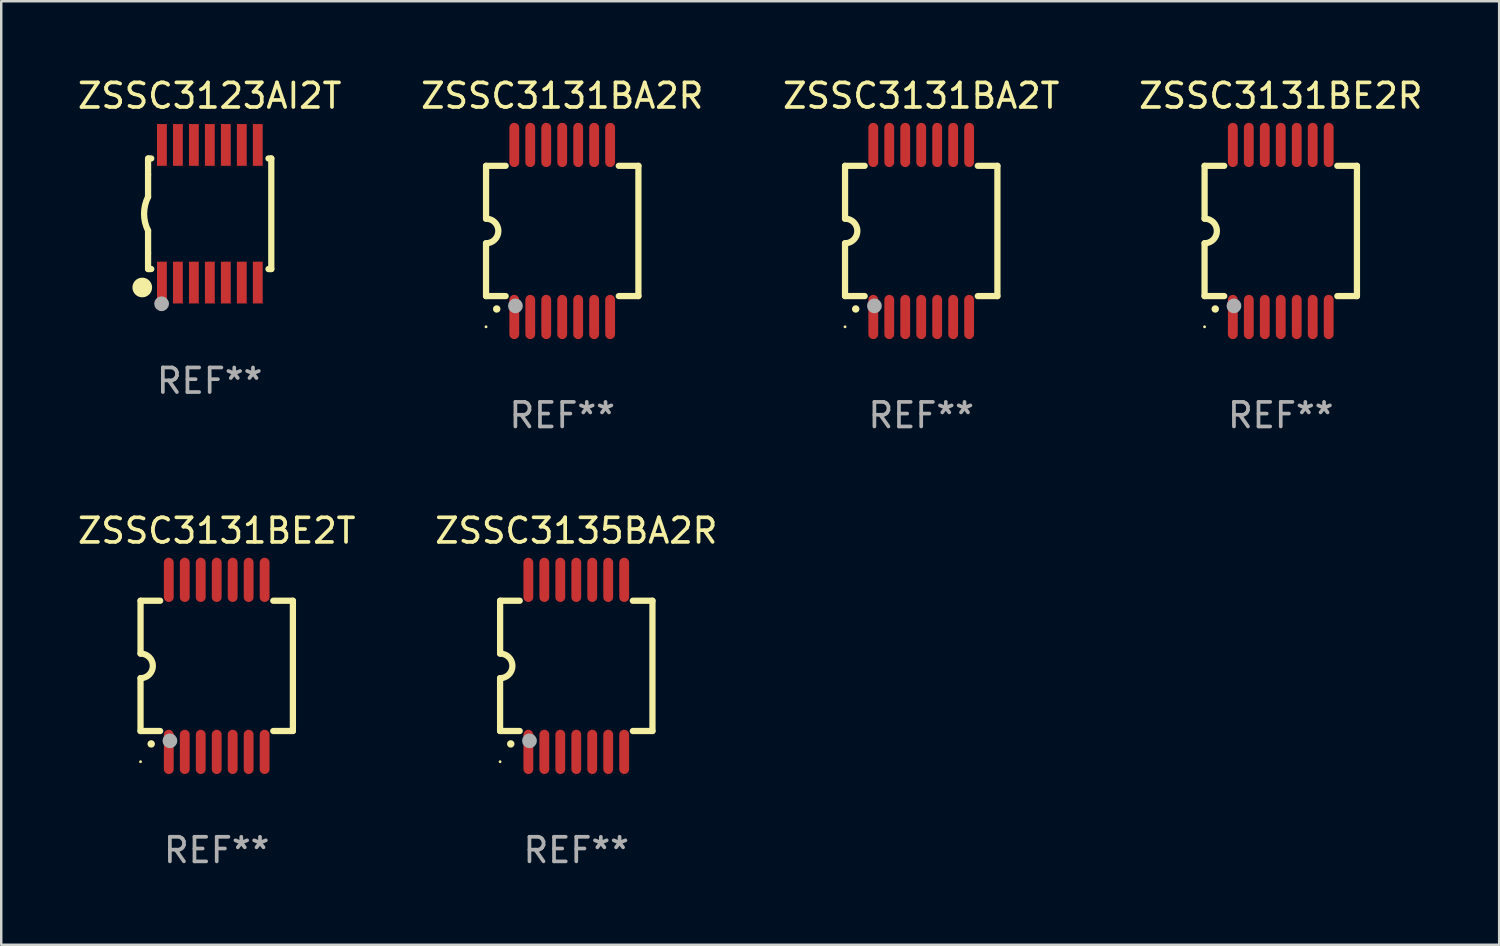
<source format=kicad_pcb>
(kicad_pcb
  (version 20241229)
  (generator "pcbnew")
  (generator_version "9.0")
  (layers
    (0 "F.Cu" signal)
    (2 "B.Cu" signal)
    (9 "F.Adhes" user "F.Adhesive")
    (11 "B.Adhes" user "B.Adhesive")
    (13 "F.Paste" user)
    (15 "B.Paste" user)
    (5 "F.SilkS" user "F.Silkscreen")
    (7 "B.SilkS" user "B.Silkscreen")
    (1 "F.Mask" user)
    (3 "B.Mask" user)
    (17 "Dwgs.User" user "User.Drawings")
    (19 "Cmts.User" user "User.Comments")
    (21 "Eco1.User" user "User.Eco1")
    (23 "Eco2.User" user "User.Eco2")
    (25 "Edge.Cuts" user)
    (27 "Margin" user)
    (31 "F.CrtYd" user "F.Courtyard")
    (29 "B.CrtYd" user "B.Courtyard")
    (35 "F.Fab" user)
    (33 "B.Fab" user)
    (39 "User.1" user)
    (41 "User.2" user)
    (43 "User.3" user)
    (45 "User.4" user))
  (footprint "ZSSC3131BA2T"
    (layer "F.Cu")
    (at 34.435 6.348)
    (property "Reference" "ZSSC3131BA2T" (at 0 -5.5 0) (layer "F.SilkS") (effects (font (size 1 1) (thickness 0.15))))
    (attr through_hole)
    (fp_line (start -3.1 2.65) (end -3.1 0.5) (stroke (width 0.254) (type solid)) (layer "F.SilkS"))
    (fp_line (start -3.099 -2.65) (end -2.301 -2.65) (stroke (width 0.254) (type solid)) (layer "F.SilkS"))
    (fp_line (start -3.099 -0.5) (end -3.099 -2.65) (stroke (width 0.254) (type solid)) (layer "F.SilkS"))
    (fp_line (start -2.301 2.65) (end -3.1 2.65) (stroke (width 0.254) (type solid)) (layer "F.SilkS"))
    (fp_line (start 2.301 -2.65) (end 3.1 -2.65) (stroke (width 0.254) (type solid)) (layer "F.SilkS"))
    (fp_line (start 3.1 -2.65) (end 3.1 2.65) (stroke (width 0.254) (type solid)) (layer "F.SilkS"))
    (fp_line (start 3.1 2.65) (end 2.301 2.65) (stroke (width 0.254) (type solid)) (layer "F.SilkS"))
    (fp_arc (start -3.098806 -0.500381) (mid -2.598806 0) (end -3.098806 0.500381) (stroke (width 0.254001) (type solid)) (layer "F.SilkS"))
    (fp_arc (start -2.667005 3.175006) (mid -2.665735 3.175001) (end -2.664465 3.175006) (stroke (width 0.3) (type solid)) (layer "F.SilkS"))
    (fp_circle (center -3.1 3.9) (end -3.07 3.9) (stroke (width 0.06) (type solid)) (fill no) (layer "F.SilkS"))
    (fp_circle (center -1.905 3.048) (end -1.755 3.048) (stroke (width 0.3) (type solid)) (fill no) (layer "F.Fab"))
    (fp_text user "REF**" (at 0 7.5 0) (layer "F.Fab") (effects (font (size 1 1) (thickness 0.15))))
    (pad "1" smd oval (at -1.95 3.5 270) (size 1.8 0.4) (layers "F.Cu" "F.Mask" "F.Paste"))
    (pad "2" smd oval (at -1.3 3.5 270) (size 1.8 0.4) (layers "F.Cu" "F.Mask" "F.Paste"))
    (pad "3" smd oval (at -0.65 3.5 270) (size 1.8 0.4) (layers "F.Cu" "F.Mask" "F.Paste"))
    (pad "4" smd oval (at 0 3.5 270) (size 1.8 0.4) (layers "F.Cu" "F.Mask" "F.Paste"))
    (pad "5" smd oval (at 0.65 3.5 270) (size 1.8 0.4) (layers "F.Cu" "F.Mask" "F.Paste"))
    (pad "6" smd oval (at 1.3 3.5 270) (size 1.8 0.4) (layers "F.Cu" "F.Mask" "F.Paste"))
    (pad "7" smd oval (at 1.95 3.5 270) (size 1.8 0.4) (layers "F.Cu" "F.Mask" "F.Paste"))
    (pad "8" smd oval (at 1.95 -3.5 90) (size 1.8 0.4) (layers "F.Cu" "F.Mask" "F.Paste"))
    (pad "9" smd oval (at 1.3 -3.5 90) (size 1.8 0.4) (layers "F.Cu" "F.Mask" "F.Paste"))
    (pad "10" smd oval (at 0.65 -3.5 90) (size 1.8 0.4) (layers "F.Cu" "F.Mask" "F.Paste"))
    (pad "11" smd oval (at 0 -3.5 90) (size 1.8 0.4) (layers "F.Cu" "F.Mask" "F.Paste"))
    (pad "12" smd oval (at -0.65 -3.5 90) (size 1.8 0.4) (layers "F.Cu" "F.Mask" "F.Paste"))
    (pad "13" smd oval (at -1.3 -3.5 90) (size 1.8 0.4) (layers "F.Cu" "F.Mask" "F.Paste"))
    (pad "14" smd oval (at -1.95 -3.5 90) (size 1.8 0.4) (layers "F.Cu" "F.Mask" "F.Paste")))
  (footprint "ZSSC3131BA2R"
    (layer "F.Cu")
    (at 19.827 6.348)
    (property "Reference" "ZSSC3131BA2R" (at 0 -5.5 0) (layer "F.SilkS") (effects (font (size 1 1) (thickness 0.15))))
    (attr through_hole)
    (fp_line (start -3.1 2.65) (end -3.1 0.5) (stroke (width 0.254) (type solid)) (layer "F.SilkS"))
    (fp_line (start -3.099 -2.65) (end -2.301 -2.65) (stroke (width 0.254) (type solid)) (layer "F.SilkS"))
    (fp_line (start -3.099 -0.5) (end -3.099 -2.65) (stroke (width 0.254) (type solid)) (layer "F.SilkS"))
    (fp_line (start -2.301 2.65) (end -3.1 2.65) (stroke (width 0.254) (type solid)) (layer "F.SilkS"))
    (fp_line (start 2.301 -2.65) (end 3.1 -2.65) (stroke (width 0.254) (type solid)) (layer "F.SilkS"))
    (fp_line (start 3.1 -2.65) (end 3.1 2.65) (stroke (width 0.254) (type solid)) (layer "F.SilkS"))
    (fp_line (start 3.1 2.65) (end 2.301 2.65) (stroke (width 0.254) (type solid)) (layer "F.SilkS"))
    (fp_arc (start -3.098806 -0.500381) (mid -2.598806 0) (end -3.098806 0.500381) (stroke (width 0.254001) (type solid)) (layer "F.SilkS"))
    (fp_arc (start -2.667005 3.175006) (mid -2.665735 3.175001) (end -2.664465 3.175006) (stroke (width 0.3) (type solid)) (layer "F.SilkS"))
    (fp_circle (center -3.1 3.9) (end -3.07 3.9) (stroke (width 0.06) (type solid)) (fill no) (layer "F.SilkS"))
    (fp_circle (center -1.905 3.048) (end -1.755 3.048) (stroke (width 0.3) (type solid)) (fill no) (layer "F.Fab"))
    (fp_text user "REF**" (at 0 7.5 0) (layer "F.Fab") (effects (font (size 1 1) (thickness 0.15))))
    (pad "1" smd oval (at -1.95 3.5 270) (size 1.8 0.4) (layers "F.Cu" "F.Mask" "F.Paste"))
    (pad "2" smd oval (at -1.3 3.5 270) (size 1.8 0.4) (layers "F.Cu" "F.Mask" "F.Paste"))
    (pad "3" smd oval (at -0.65 3.5 270) (size 1.8 0.4) (layers "F.Cu" "F.Mask" "F.Paste"))
    (pad "4" smd oval (at 0 3.5 270) (size 1.8 0.4) (layers "F.Cu" "F.Mask" "F.Paste"))
    (pad "5" smd oval (at 0.65 3.5 270) (size 1.8 0.4) (layers "F.Cu" "F.Mask" "F.Paste"))
    (pad "6" smd oval (at 1.3 3.5 270) (size 1.8 0.4) (layers "F.Cu" "F.Mask" "F.Paste"))
    (pad "7" smd oval (at 1.95 3.5 270) (size 1.8 0.4) (layers "F.Cu" "F.Mask" "F.Paste"))
    (pad "8" smd oval (at 1.95 -3.5 90) (size 1.8 0.4) (layers "F.Cu" "F.Mask" "F.Paste"))
    (pad "9" smd oval (at 1.3 -3.5 90) (size 1.8 0.4) (layers "F.Cu" "F.Mask" "F.Paste"))
    (pad "10" smd oval (at 0.65 -3.5 90) (size 1.8 0.4) (layers "F.Cu" "F.Mask" "F.Paste"))
    (pad "11" smd oval (at 0 -3.5 90) (size 1.8 0.4) (layers "F.Cu" "F.Mask" "F.Paste"))
    (pad "12" smd oval (at -0.65 -3.5 90) (size 1.8 0.4) (layers "F.Cu" "F.Mask" "F.Paste"))
    (pad "13" smd oval (at -1.3 -3.5 90) (size 1.8 0.4) (layers "F.Cu" "F.Mask" "F.Paste"))
    (pad "14" smd oval (at -1.95 -3.5 90) (size 1.8 0.4) (layers "F.Cu" "F.Mask" "F.Paste")))
  (footprint "ZSSC3131BE2T"
    (layer "F.Cu")
    (at 5.768 24.045)
    (property "Reference" "ZSSC3131BE2T" (at 0 -5.5 0) (layer "F.SilkS") (effects (font (size 1 1) (thickness 0.15))))
    (attr through_hole)
    (fp_line (start -3.1 2.65) (end -3.1 0.5) (stroke (width 0.254) (type solid)) (layer "F.SilkS"))
    (fp_line (start -3.099 -2.65) (end -2.301 -2.65) (stroke (width 0.254) (type solid)) (layer "F.SilkS"))
    (fp_line (start -3.099 -0.5) (end -3.099 -2.65) (stroke (width 0.254) (type solid)) (layer "F.SilkS"))
    (fp_line (start -2.301 2.65) (end -3.1 2.65) (stroke (width 0.254) (type solid)) (layer "F.SilkS"))
    (fp_line (start 2.301 -2.65) (end 3.1 -2.65) (stroke (width 0.254) (type solid)) (layer "F.SilkS"))
    (fp_line (start 3.1 -2.65) (end 3.1 2.65) (stroke (width 0.254) (type solid)) (layer "F.SilkS"))
    (fp_line (start 3.1 2.65) (end 2.301 2.65) (stroke (width 0.254) (type solid)) (layer "F.SilkS"))
    (fp_arc (start -3.098806 -0.500381) (mid -2.598806 0) (end -3.098806 0.500381) (stroke (width 0.254001) (type solid)) (layer "F.SilkS"))
    (fp_arc (start -2.667005 3.175006) (mid -2.665735 3.175001) (end -2.664465 3.175006) (stroke (width 0.3) (type solid)) (layer "F.SilkS"))
    (fp_circle (center -3.1 3.9) (end -3.07 3.9) (stroke (width 0.06) (type solid)) (fill no) (layer "F.SilkS"))
    (fp_circle (center -1.905 3.048) (end -1.755 3.048) (stroke (width 0.3) (type solid)) (fill no) (layer "F.Fab"))
    (fp_text user "REF**" (at 0 7.5 0) (layer "F.Fab") (effects (font (size 1 1) (thickness 0.15))))
    (pad "1" smd oval (at -1.95 3.5 270) (size 1.8 0.4) (layers "F.Cu" "F.Mask" "F.Paste"))
    (pad "2" smd oval (at -1.3 3.5 270) (size 1.8 0.4) (layers "F.Cu" "F.Mask" "F.Paste"))
    (pad "3" smd oval (at -0.65 3.5 270) (size 1.8 0.4) (layers "F.Cu" "F.Mask" "F.Paste"))
    (pad "4" smd oval (at 0 3.5 270) (size 1.8 0.4) (layers "F.Cu" "F.Mask" "F.Paste"))
    (pad "5" smd oval (at 0.65 3.5 270) (size 1.8 0.4) (layers "F.Cu" "F.Mask" "F.Paste"))
    (pad "6" smd oval (at 1.3 3.5 270) (size 1.8 0.4) (layers "F.Cu" "F.Mask" "F.Paste"))
    (pad "7" smd oval (at 1.95 3.5 270) (size 1.8 0.4) (layers "F.Cu" "F.Mask" "F.Paste"))
    (pad "8" smd oval (at 1.95 -3.5 90) (size 1.8 0.4) (layers "F.Cu" "F.Mask" "F.Paste"))
    (pad "9" smd oval (at 1.3 -3.5 90) (size 1.8 0.4) (layers "F.Cu" "F.Mask" "F.Paste"))
    (pad "10" smd oval (at 0.65 -3.5 90) (size 1.8 0.4) (layers "F.Cu" "F.Mask" "F.Paste"))
    (pad "11" smd oval (at 0 -3.5 90) (size 1.8 0.4) (layers "F.Cu" "F.Mask" "F.Paste"))
    (pad "12" smd oval (at -0.65 -3.5 90) (size 1.8 0.4) (layers "F.Cu" "F.Mask" "F.Paste"))
    (pad "13" smd oval (at -1.3 -3.5 90) (size 1.8 0.4) (layers "F.Cu" "F.Mask" "F.Paste"))
    (pad "14" smd oval (at -1.95 -3.5 90) (size 1.8 0.4) (layers "F.Cu" "F.Mask" "F.Paste")))
  (footprint "ZSSC3131BE2R"
    (layer "F.Cu")
    (at 49.065 6.348)
    (property "Reference" "ZSSC3131BE2R" (at 0 -5.5 0) (layer "F.SilkS") (effects (font (size 1 1) (thickness 0.15))))
    (attr through_hole)
    (fp_line (start -3.1 2.65) (end -3.1 0.5) (stroke (width 0.254) (type solid)) (layer "F.SilkS"))
    (fp_line (start -3.099 -2.65) (end -2.301 -2.65) (stroke (width 0.254) (type solid)) (layer "F.SilkS"))
    (fp_line (start -3.099 -0.5) (end -3.099 -2.65) (stroke (width 0.254) (type solid)) (layer "F.SilkS"))
    (fp_line (start -2.301 2.65) (end -3.1 2.65) (stroke (width 0.254) (type solid)) (layer "F.SilkS"))
    (fp_line (start 2.301 -2.65) (end 3.1 -2.65) (stroke (width 0.254) (type solid)) (layer "F.SilkS"))
    (fp_line (start 3.1 -2.65) (end 3.1 2.65) (stroke (width 0.254) (type solid)) (layer "F.SilkS"))
    (fp_line (start 3.1 2.65) (end 2.301 2.65) (stroke (width 0.254) (type solid)) (layer "F.SilkS"))
    (fp_arc (start -3.098806 -0.500381) (mid -2.598806 0) (end -3.098806 0.500381) (stroke (width 0.254001) (type solid)) (layer "F.SilkS"))
    (fp_arc (start -2.667005 3.175006) (mid -2.665735 3.175001) (end -2.664465 3.175006) (stroke (width 0.3) (type solid)) (layer "F.SilkS"))
    (fp_circle (center -3.1 3.9) (end -3.07 3.9) (stroke (width 0.06) (type solid)) (fill no) (layer "F.SilkS"))
    (fp_circle (center -1.905 3.048) (end -1.755 3.048) (stroke (width 0.3) (type solid)) (fill no) (layer "F.Fab"))
    (fp_text user "REF**" (at 0 7.5 0) (layer "F.Fab") (effects (font (size 1 1) (thickness 0.15))))
    (pad "1" smd oval (at -1.95 3.5 270) (size 1.8 0.4) (layers "F.Cu" "F.Mask" "F.Paste"))
    (pad "2" smd oval (at -1.3 3.5 270) (size 1.8 0.4) (layers "F.Cu" "F.Mask" "F.Paste"))
    (pad "3" smd oval (at -0.65 3.5 270) (size 1.8 0.4) (layers "F.Cu" "F.Mask" "F.Paste"))
    (pad "4" smd oval (at 0 3.5 270) (size 1.8 0.4) (layers "F.Cu" "F.Mask" "F.Paste"))
    (pad "5" smd oval (at 0.65 3.5 270) (size 1.8 0.4) (layers "F.Cu" "F.Mask" "F.Paste"))
    (pad "6" smd oval (at 1.3 3.5 270) (size 1.8 0.4) (layers "F.Cu" "F.Mask" "F.Paste"))
    (pad "7" smd oval (at 1.95 3.5 270) (size 1.8 0.4) (layers "F.Cu" "F.Mask" "F.Paste"))
    (pad "8" smd oval (at 1.95 -3.5 90) (size 1.8 0.4) (layers "F.Cu" "F.Mask" "F.Paste"))
    (pad "9" smd oval (at 1.3 -3.5 90) (size 1.8 0.4) (layers "F.Cu" "F.Mask" "F.Paste"))
    (pad "10" smd oval (at 0.65 -3.5 90) (size 1.8 0.4) (layers "F.Cu" "F.Mask" "F.Paste"))
    (pad "11" smd oval (at 0 -3.5 90) (size 1.8 0.4) (layers "F.Cu" "F.Mask" "F.Paste"))
    (pad "12" smd oval (at -0.65 -3.5 90) (size 1.8 0.4) (layers "F.Cu" "F.Mask" "F.Paste"))
    (pad "13" smd oval (at -1.3 -3.5 90) (size 1.8 0.4) (layers "F.Cu" "F.Mask" "F.Paste"))
    (pad "14" smd oval (at -1.95 -3.5 90) (size 1.8 0.4) (layers "F.Cu" "F.Mask" "F.Paste")))
  (footprint "ZSSC3123AI2T"
    (layer "F.Cu")
    (at 5.482 5.648)
    (property "Reference" "ZSSC3123AI2T" (at 0 -4.8 0) (layer "F.SilkS") (effects (font (size 1 1) (thickness 0.15))))
    (attr through_hole)
    (fp_line (start -2.507 -1.6) (end -2.507 -2.25) (stroke (width 0.254) (type solid)) (layer "F.SilkS"))
    (fp_line (start -2.507 -0.686) (end -2.507 -1.6) (stroke (width 0.254) (type solid)) (layer "F.SilkS"))
    (fp_line (start -2.507 1.6) (end -2.507 0.686) (stroke (width 0.254) (type solid)) (layer "F.SilkS"))
    (fp_line (start -2.507 1.6) (end -2.507 2.25) (stroke (width 0.254) (type solid)) (layer "F.SilkS"))
    (fp_line (start -2.493 -2.25) (end -2.377 -2.25) (stroke (width 0.254) (type solid)) (layer "F.SilkS"))
    (fp_line (start -2.377 2.25) (end -2.493 2.25) (stroke (width 0.254) (type solid)) (layer "F.SilkS"))
    (fp_line (start 2.392 -2.25) (end 2.507 -2.25) (stroke (width 0.254) (type solid)) (layer "F.SilkS"))
    (fp_line (start 2.507 -2.25) (end 2.507 2.25) (stroke (width 0.254) (type solid)) (layer "F.SilkS"))
    (fp_line (start 2.507 2.25) (end 2.392 2.25) (stroke (width 0.254) (type solid)) (layer "F.SilkS"))
    (fp_arc (start -2.507303 0.685802) (mid -2.669199 0) (end -2.507303 -0.685801) (stroke (width 0.254001) (type solid)) (layer "F.SilkS"))
    (fp_circle (center -2.743 3) (end -2.543 3) (stroke (width 0.4) (type solid)) (fill no) (layer "F.SilkS"))
    (fp_circle (center -2.493 3.2) (end -2.463 3.2) (stroke (width 0.06) (type solid)) (fill no) (layer "F.SilkS"))
    (fp_circle (center -1.957 3.662) (end -1.807 3.662) (stroke (width 0.3) (type solid)) (fill no) (layer "F.Fab"))
    (fp_text user "REF**" (at 0 6.8 0) (layer "F.Fab") (effects (font (size 1 1) (thickness 0.15))))
    (pad "1" smd rect (at -1.943 2.8) (size 0.4 1.7) (layers "F.Cu" "F.Mask" "F.Paste"))
    (pad "2" smd rect (at -1.293 2.8) (size 0.4 1.7) (layers "F.Cu" "F.Mask" "F.Paste"))
    (pad "3" smd rect (at -0.643 2.8) (size 0.4 1.7) (layers "F.Cu" "F.Mask" "F.Paste"))
    (pad "4" smd rect (at 0.007 2.8) (size 0.4 1.7) (layers "F.Cu" "F.Mask" "F.Paste"))
    (pad "5" smd rect (at 0.657 2.8) (size 0.4 1.7) (layers "F.Cu" "F.Mask" "F.Paste"))
    (pad "6" smd rect (at 1.307 2.8) (size 0.4 1.7) (layers "F.Cu" "F.Mask" "F.Paste"))
    (pad "7" smd rect (at 1.957 2.8) (size 0.4 1.7) (layers "F.Cu" "F.Mask" "F.Paste"))
    (pad "8" smd rect (at 1.957 -2.8) (size 0.4 1.7) (layers "F.Cu" "F.Mask" "F.Paste"))
    (pad "9" smd rect (at 1.307 -2.8) (size 0.4 1.7) (layers "F.Cu" "F.Mask" "F.Paste"))
    (pad "10" smd rect (at 0.657 -2.8) (size 0.4 1.7) (layers "F.Cu" "F.Mask" "F.Paste"))
    (pad "11" smd rect (at 0.007 -2.8) (size 0.4 1.7) (layers "F.Cu" "F.Mask" "F.Paste"))
    (pad "12" smd rect (at -0.643 -2.8) (size 0.4 1.7) (layers "F.Cu" "F.Mask" "F.Paste"))
    (pad "13" smd rect (at -1.293 -2.8) (size 0.4 1.7) (layers "F.Cu" "F.Mask" "F.Paste"))
    (pad "14" smd rect (at -1.943 -2.8) (size 0.4 1.7) (layers "F.Cu" "F.Mask" "F.Paste")))
  (footprint "ZSSC3135BA2R"
    (layer "F.Cu")
    (at 20.399 24.045)
    (property "Reference" "ZSSC3135BA2R" (at 0 -5.5 0) (layer "F.SilkS") (effects (font (size 1 1) (thickness 0.15))))
    (attr through_hole)
    (fp_line (start -3.1 2.65) (end -3.1 0.5) (stroke (width 0.254) (type solid)) (layer "F.SilkS"))
    (fp_line (start -3.099 -2.65) (end -2.301 -2.65) (stroke (width 0.254) (type solid)) (layer "F.SilkS"))
    (fp_line (start -3.099 -0.5) (end -3.099 -2.65) (stroke (width 0.254) (type solid)) (layer "F.SilkS"))
    (fp_line (start -2.301 2.65) (end -3.1 2.65) (stroke (width 0.254) (type solid)) (layer "F.SilkS"))
    (fp_line (start 2.301 -2.65) (end 3.1 -2.65) (stroke (width 0.254) (type solid)) (layer "F.SilkS"))
    (fp_line (start 3.1 -2.65) (end 3.1 2.65) (stroke (width 0.254) (type solid)) (layer "F.SilkS"))
    (fp_line (start 3.1 2.65) (end 2.301 2.65) (stroke (width 0.254) (type solid)) (layer "F.SilkS"))
    (fp_arc (start -3.098806 -0.500381) (mid -2.598806 0) (end -3.098806 0.500381) (stroke (width 0.254001) (type solid)) (layer "F.SilkS"))
    (fp_arc (start -2.667005 3.175006) (mid -2.665735 3.175001) (end -2.664465 3.175006) (stroke (width 0.3) (type solid)) (layer "F.SilkS"))
    (fp_circle (center -3.1 3.9) (end -3.07 3.9) (stroke (width 0.06) (type solid)) (fill no) (layer "F.SilkS"))
    (fp_circle (center -1.905 3.048) (end -1.755 3.048) (stroke (width 0.3) (type solid)) (fill no) (layer "F.Fab"))
    (fp_text user "REF**" (at 0 7.5 0) (layer "F.Fab") (effects (font (size 1 1) (thickness 0.15))))
    (pad "1" smd oval (at -1.95 3.5 270) (size 1.8 0.4) (layers "F.Cu" "F.Mask" "F.Paste"))
    (pad "2" smd oval (at -1.3 3.5 270) (size 1.8 0.4) (layers "F.Cu" "F.Mask" "F.Paste"))
    (pad "3" smd oval (at -0.65 3.5 270) (size 1.8 0.4) (layers "F.Cu" "F.Mask" "F.Paste"))
    (pad "4" smd oval (at 0 3.5 270) (size 1.8 0.4) (layers "F.Cu" "F.Mask" "F.Paste"))
    (pad "5" smd oval (at 0.65 3.5 270) (size 1.8 0.4) (layers "F.Cu" "F.Mask" "F.Paste"))
    (pad "6" smd oval (at 1.3 3.5 270) (size 1.8 0.4) (layers "F.Cu" "F.Mask" "F.Paste"))
    (pad "7" smd oval (at 1.95 3.5 270) (size 1.8 0.4) (layers "F.Cu" "F.Mask" "F.Paste"))
    (pad "8" smd oval (at 1.95 -3.5 90) (size 1.8 0.4) (layers "F.Cu" "F.Mask" "F.Paste"))
    (pad "9" smd oval (at 1.3 -3.5 90) (size 1.8 0.4) (layers "F.Cu" "F.Mask" "F.Paste"))
    (pad "10" smd oval (at 0.65 -3.5 90) (size 1.8 0.4) (layers "F.Cu" "F.Mask" "F.Paste"))
    (pad "11" smd oval (at 0 -3.5 90) (size 1.8 0.4) (layers "F.Cu" "F.Mask" "F.Paste"))
    (pad "12" smd oval (at -0.65 -3.5 90) (size 1.8 0.4) (layers "F.Cu" "F.Mask" "F.Paste"))
    (pad "13" smd oval (at -1.3 -3.5 90) (size 1.8 0.4) (layers "F.Cu" "F.Mask" "F.Paste"))
    (pad "14" smd oval (at -1.95 -3.5 90) (size 1.8 0.4) (layers "F.Cu" "F.Mask" "F.Paste")))
  (gr_rect
    (start -3 -3)
    (end 57.952 35.393)
    (stroke (width 0.1) (type default))
    (fill no)
    (layer "Edge.Cuts")))
</source>
